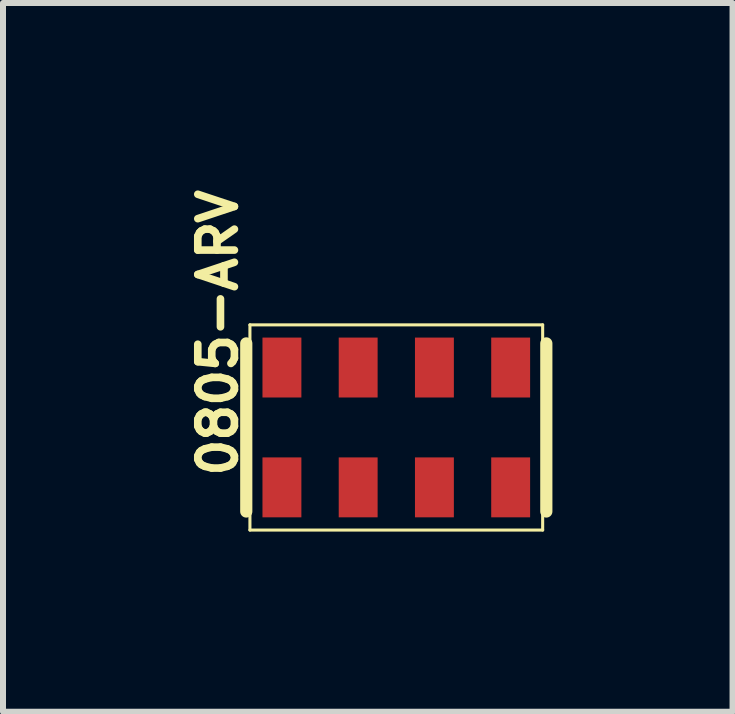
<source format=kicad_pcb>
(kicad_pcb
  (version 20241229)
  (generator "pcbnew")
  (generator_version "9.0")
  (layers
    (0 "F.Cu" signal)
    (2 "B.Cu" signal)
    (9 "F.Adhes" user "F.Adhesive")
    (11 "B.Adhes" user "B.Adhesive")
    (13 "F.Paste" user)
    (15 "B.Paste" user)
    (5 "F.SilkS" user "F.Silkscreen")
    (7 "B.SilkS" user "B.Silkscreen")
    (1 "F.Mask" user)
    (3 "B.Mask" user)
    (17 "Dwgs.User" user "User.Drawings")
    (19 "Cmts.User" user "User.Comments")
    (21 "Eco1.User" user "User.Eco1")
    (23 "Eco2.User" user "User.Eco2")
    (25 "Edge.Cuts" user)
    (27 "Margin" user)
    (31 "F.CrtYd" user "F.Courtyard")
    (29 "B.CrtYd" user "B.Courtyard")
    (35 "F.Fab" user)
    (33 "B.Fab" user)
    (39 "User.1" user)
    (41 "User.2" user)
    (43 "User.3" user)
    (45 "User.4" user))
  (footprint "0805-ARV"
    (layer "F.Cu")
    (at 3.551 4.07)
    (property "Reference" "0805-ARV" (at -2.972 -1.575 90) (layer "F.SilkS") (effects (font (size 0.61 0.61) (thickness 0.127))))
    (attr smd)
    (fp_line (start -2.499 -1.4) (end -2.499 1.4) (stroke (width 0.203) (type solid)) (layer "F.SilkS"))
    (fp_line (start -2.438 -1.709) (end 2.438 -1.709) (stroke (width 0.051) (type solid)) (layer "F.SilkS"))
    (fp_line (start -2.438 1.709) (end -2.438 -1.709) (stroke (width 0.051) (type solid)) (layer "F.SilkS"))
    (fp_line (start 2.438 -1.709) (end 2.438 1.709) (stroke (width 0.051) (type solid)) (layer "F.SilkS"))
    (fp_line (start 2.438 1.709) (end -2.438 1.709) (stroke (width 0.051) (type solid)) (layer "F.SilkS"))
    (fp_line (start 2.499 1.4) (end 2.499 -1.4) (stroke (width 0.203) (type solid)) (layer "F.SilkS"))
    (pad "1" smd rect (at -1.905 0.998) (size 0.648 0.998) (layers "F.Cu" "F.Mask" "F.Paste"))
    (pad "2" smd rect (at -0.635 0.998) (size 0.648 0.998) (layers "F.Cu" "F.Mask" "F.Paste"))
    (pad "3" smd rect (at 0.635 0.998) (size 0.648 0.998) (layers "F.Cu" "F.Mask" "F.Paste"))
    (pad "4" smd rect (at 1.905 0.998) (size 0.648 0.998) (layers "F.Cu" "F.Mask" "F.Paste"))
    (pad "5" smd rect (at 1.905 -0.998) (size 0.648 0.998) (layers "F.Cu" "F.Mask" "F.Paste"))
    (pad "6" smd rect (at 0.635 -0.998) (size 0.648 0.998) (layers "F.Cu" "F.Mask" "F.Paste"))
    (pad "7" smd rect (at -0.635 -0.998) (size 0.648 0.998) (layers "F.Cu" "F.Mask" "F.Paste"))
    (pad "8" smd rect (at -1.905 -0.998) (size 0.648 0.998) (layers "F.Cu" "F.Mask" "F.Paste")))
  (gr_rect
    (start -3 -3)
    (end 9.152 8.805)
    (stroke (width 0.1) (type default))
    (fill no)
    (layer "Edge.Cuts")))
</source>
